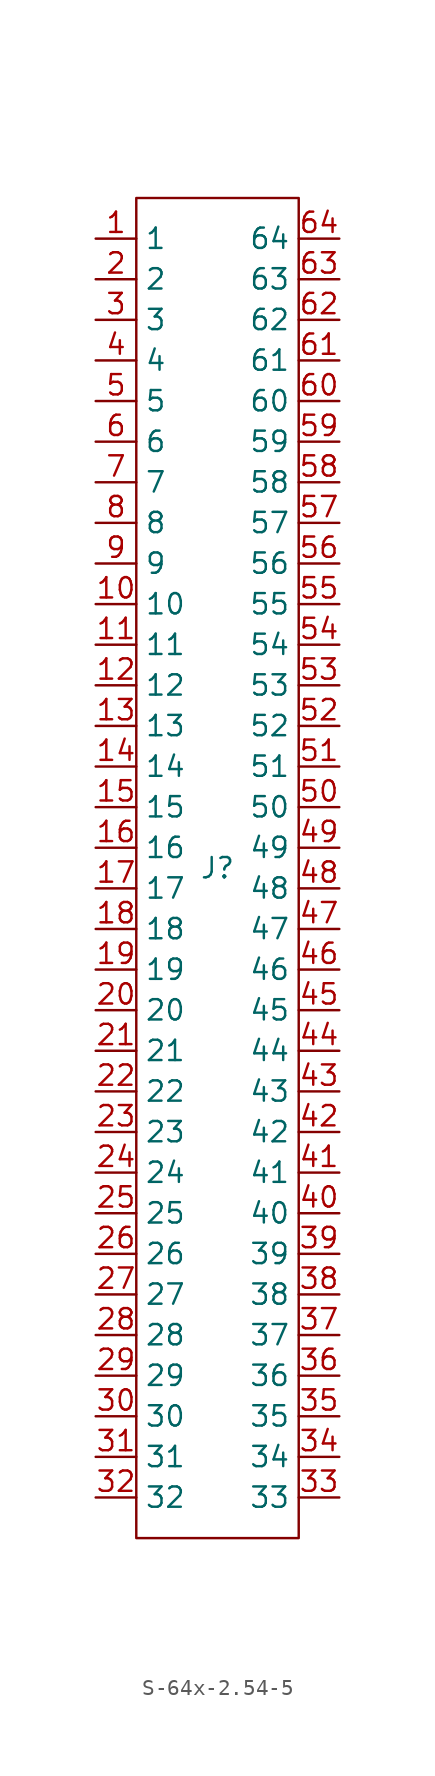
<source format=kicad_sym>
(kicad_symbol_lib
  (version 20241209)
  (generator "kicad_symbol_editor")
  (generator_version "9.0")
  (symbol "S-64x-2.54-5"
    (property "Reference" "J"
      (at 0 0 0)
      (effects (font (size 1.27 1.27))))
    (property "Value" ""
      (at 0 0 0)
      (effects (font (size 1.27 1.27))))
    (symbol "S-64x-2.54-5_1_0"
      (rectangle (start -5.08 41.91) (end 5.08 -41.91) (stroke (width 0) (type default)) (fill (type none)))
      (pin passive line (at -7.62 39.37 0) (length 2.54) (name "1" (effects (font (size 1.27 1.27)))) (number "1" (effects (font (size 1.27 1.27)))))
      (pin passive line (at -7.62 36.83 0) (length 2.54) (name "2" (effects (font (size 1.27 1.27)))) (number "2" (effects (font (size 1.27 1.27)))))
      (pin passive line (at -7.62 34.29 0) (length 2.54) (name "3" (effects (font (size 1.27 1.27)))) (number "3" (effects (font (size 1.27 1.27)))))
      (pin passive line (at -7.62 31.75 0) (length 2.54) (name "4" (effects (font (size 1.27 1.27)))) (number "4" (effects (font (size 1.27 1.27)))))
      (pin passive line (at -7.62 29.21 0) (length 2.54) (name "5" (effects (font (size 1.27 1.27)))) (number "5" (effects (font (size 1.27 1.27)))))
      (pin passive line (at -7.62 26.67 0) (length 2.54) (name "6" (effects (font (size 1.27 1.27)))) (number "6" (effects (font (size 1.27 1.27)))))
      (pin passive line (at -7.62 24.13 0) (length 2.54) (name "7" (effects (font (size 1.27 1.27)))) (number "7" (effects (font (size 1.27 1.27)))))
      (pin passive line (at -7.62 21.59 0) (length 2.54) (name "8" (effects (font (size 1.27 1.27)))) (number "8" (effects (font (size 1.27 1.27)))))
      (pin passive line (at -7.62 19.05 0) (length 2.54) (name "9" (effects (font (size 1.27 1.27)))) (number "9" (effects (font (size 1.27 1.27)))))
      (pin passive line (at -7.62 16.51 0) (length 2.54) (name "10" (effects (font (size 1.27 1.27)))) (number "10" (effects (font (size 1.27 1.27)))))
      (pin passive line (at -7.62 13.97 0) (length 2.54) (name "11" (effects (font (size 1.27 1.27)))) (number "11" (effects (font (size 1.27 1.27)))))
      (pin passive line (at -7.62 11.43 0) (length 2.54) (name "12" (effects (font (size 1.27 1.27)))) (number "12" (effects (font (size 1.27 1.27)))))
      (pin passive line (at -7.62 8.89 0) (length 2.54) (name "13" (effects (font (size 1.27 1.27)))) (number "13" (effects (font (size 1.27 1.27)))))
      (pin passive line (at -7.62 6.35 0) (length 2.54) (name "14" (effects (font (size 1.27 1.27)))) (number "14" (effects (font (size 1.27 1.27)))))
      (pin passive line (at -7.62 3.81 0) (length 2.54) (name "15" (effects (font (size 1.27 1.27)))) (number "15" (effects (font (size 1.27 1.27)))))
      (pin passive line (at -7.62 1.27 0) (length 2.54) (name "16" (effects (font (size 1.27 1.27)))) (number "16" (effects (font (size 1.27 1.27)))))
      (pin passive line (at -7.62 -1.27 0) (length 2.54) (name "17" (effects (font (size 1.27 1.27)))) (number "17" (effects (font (size 1.27 1.27)))))
      (pin passive line (at -7.62 -3.81 0) (length 2.54) (name "18" (effects (font (size 1.27 1.27)))) (number "18" (effects (font (size 1.27 1.27)))))
      (pin passive line (at -7.62 -6.35 0) (length 2.54) (name "19" (effects (font (size 1.27 1.27)))) (number "19" (effects (font (size 1.27 1.27)))))
      (pin passive line (at -7.62 -8.89 0) (length 2.54) (name "20" (effects (font (size 1.27 1.27)))) (number "20" (effects (font (size 1.27 1.27)))))
      (pin passive line (at -7.62 -11.43 0) (length 2.54) (name "21" (effects (font (size 1.27 1.27)))) (number "21" (effects (font (size 1.27 1.27)))))
      (pin passive line (at -7.62 -13.97 0) (length 2.54) (name "22" (effects (font (size 1.27 1.27)))) (number "22" (effects (font (size 1.27 1.27)))))
      (pin passive line (at -7.62 -16.51 0) (length 2.54) (name "23" (effects (font (size 1.27 1.27)))) (number "23" (effects (font (size 1.27 1.27)))))
      (pin passive line (at -7.62 -19.05 0) (length 2.54) (name "24" (effects (font (size 1.27 1.27)))) (number "24" (effects (font (size 1.27 1.27)))))
      (pin passive line (at -7.62 -21.59 0) (length 2.54) (name "25" (effects (font (size 1.27 1.27)))) (number "25" (effects (font (size 1.27 1.27)))))
      (pin passive line (at -7.62 -24.13 0) (length 2.54) (name "26" (effects (font (size 1.27 1.27)))) (number "26" (effects (font (size 1.27 1.27)))))
      (pin passive line (at -7.62 -26.67 0) (length 2.54) (name "27" (effects (font (size 1.27 1.27)))) (number "27" (effects (font (size 1.27 1.27)))))
      (pin passive line (at -7.62 -29.21 0) (length 2.54) (name "28" (effects (font (size 1.27 1.27)))) (number "28" (effects (font (size 1.27 1.27)))))
      (pin passive line (at -7.62 -31.75 0) (length 2.54) (name "29" (effects (font (size 1.27 1.27)))) (number "29" (effects (font (size 1.27 1.27)))))
      (pin passive line (at -7.62 -34.29 0) (length 2.54) (name "30" (effects (font (size 1.27 1.27)))) (number "30" (effects (font (size 1.27 1.27)))))
      (pin passive line (at -7.62 -36.83 0) (length 2.54) (name "31" (effects (font (size 1.27 1.27)))) (number "31" (effects (font (size 1.27 1.27)))))
      (pin passive line (at -7.62 -39.37 0) (length 2.54) (name "32" (effects (font (size 1.27 1.27)))) (number "32" (effects (font (size 1.27 1.27)))))
      (pin passive line (at 7.62 39.37 180) (length 2.54) (name "64" (effects (font (size 1.27 1.27)))) (number "64" (effects (font (size 1.27 1.27)))))
      (pin passive line (at 7.62 36.83 180) (length 2.54) (name "63" (effects (font (size 1.27 1.27)))) (number "63" (effects (font (size 1.27 1.27)))))
      (pin passive line (at 7.62 34.29 180) (length 2.54) (name "62" (effects (font (size 1.27 1.27)))) (number "62" (effects (font (size 1.27 1.27)))))
      (pin passive line (at 7.62 31.75 180) (length 2.54) (name "61" (effects (font (size 1.27 1.27)))) (number "61" (effects (font (size 1.27 1.27)))))
      (pin passive line (at 7.62 29.21 180) (length 2.54) (name "60" (effects (font (size 1.27 1.27)))) (number "60" (effects (font (size 1.27 1.27)))))
      (pin passive line (at 7.62 26.67 180) (length 2.54) (name "59" (effects (font (size 1.27 1.27)))) (number "59" (effects (font (size 1.27 1.27)))))
      (pin passive line (at 7.62 24.13 180) (length 2.54) (name "58" (effects (font (size 1.27 1.27)))) (number "58" (effects (font (size 1.27 1.27)))))
      (pin passive line (at 7.62 21.59 180) (length 2.54) (name "57" (effects (font (size 1.27 1.27)))) (number "57" (effects (font (size 1.27 1.27)))))
      (pin passive line (at 7.62 19.05 180) (length 2.54) (name "56" (effects (font (size 1.27 1.27)))) (number "56" (effects (font (size 1.27 1.27)))))
      (pin passive line (at 7.62 16.51 180) (length 2.54) (name "55" (effects (font (size 1.27 1.27)))) (number "55" (effects (font (size 1.27 1.27)))))
      (pin passive line (at 7.62 13.97 180) (length 2.54) (name "54" (effects (font (size 1.27 1.27)))) (number "54" (effects (font (size 1.27 1.27)))))
      (pin passive line (at 7.62 11.43 180) (length 2.54) (name "53" (effects (font (size 1.27 1.27)))) (number "53" (effects (font (size 1.27 1.27)))))
      (pin passive line (at 7.62 8.89 180) (length 2.54) (name "52" (effects (font (size 1.27 1.27)))) (number "52" (effects (font (size 1.27 1.27)))))
      (pin passive line (at 7.62 6.35 180) (length 2.54) (name "51" (effects (font (size 1.27 1.27)))) (number "51" (effects (font (size 1.27 1.27)))))
      (pin passive line (at 7.62 3.81 180) (length 2.54) (name "50" (effects (font (size 1.27 1.27)))) (number "50" (effects (font (size 1.27 1.27)))))
      (pin passive line (at 7.62 1.27 180) (length 2.54) (name "49" (effects (font (size 1.27 1.27)))) (number "49" (effects (font (size 1.27 1.27)))))
      (pin passive line (at 7.62 -1.27 180) (length 2.54) (name "48" (effects (font (size 1.27 1.27)))) (number "48" (effects (font (size 1.27 1.27)))))
      (pin passive line (at 7.62 -3.81 180) (length 2.54) (name "47" (effects (font (size 1.27 1.27)))) (number "47" (effects (font (size 1.27 1.27)))))
      (pin passive line (at 7.62 -6.35 180) (length 2.54) (name "46" (effects (font (size 1.27 1.27)))) (number "46" (effects (font (size 1.27 1.27)))))
      (pin passive line (at 7.62 -8.89 180) (length 2.54) (name "45" (effects (font (size 1.27 1.27)))) (number "45" (effects (font (size 1.27 1.27)))))
      (pin passive line (at 7.62 -11.43 180) (length 2.54) (name "44" (effects (font (size 1.27 1.27)))) (number "44" (effects (font (size 1.27 1.27)))))
      (pin passive line (at 7.62 -13.97 180) (length 2.54) (name "43" (effects (font (size 1.27 1.27)))) (number "43" (effects (font (size 1.27 1.27)))))
      (pin passive line (at 7.62 -16.51 180) (length 2.54) (name "42" (effects (font (size 1.27 1.27)))) (number "42" (effects (font (size 1.27 1.27)))))
      (pin passive line (at 7.62 -19.05 180) (length 2.54) (name "41" (effects (font (size 1.27 1.27)))) (number "41" (effects (font (size 1.27 1.27)))))
      (pin passive line (at 7.62 -21.59 180) (length 2.54) (name "40" (effects (font (size 1.27 1.27)))) (number "40" (effects (font (size 1.27 1.27)))))
      (pin passive line (at 7.62 -24.13 180) (length 2.54) (name "39" (effects (font (size 1.27 1.27)))) (number "39" (effects (font (size 1.27 1.27)))))
      (pin passive line (at 7.62 -26.67 180) (length 2.54) (name "38" (effects (font (size 1.27 1.27)))) (number "38" (effects (font (size 1.27 1.27)))))
      (pin passive line (at 7.62 -29.21 180) (length 2.54) (name "37" (effects (font (size 1.27 1.27)))) (number "37" (effects (font (size 1.27 1.27)))))
      (pin passive line (at 7.62 -31.75 180) (length 2.54) (name "36" (effects (font (size 1.27 1.27)))) (number "36" (effects (font (size 1.27 1.27)))))
      (pin passive line (at 7.62 -34.29 180) (length 2.54) (name "35" (effects (font (size 1.27 1.27)))) (number "35" (effects (font (size 1.27 1.27)))))
      (pin passive line (at 7.62 -36.83 180) (length 2.54) (name "34" (effects (font (size 1.27 1.27)))) (number "34" (effects (font (size 1.27 1.27)))))
      (pin passive line (at 7.62 -39.37 180) (length 2.54) (name "33" (effects (font (size 1.27 1.27)))) (number "33" (effects (font (size 1.27 1.27))))))))
</source>
